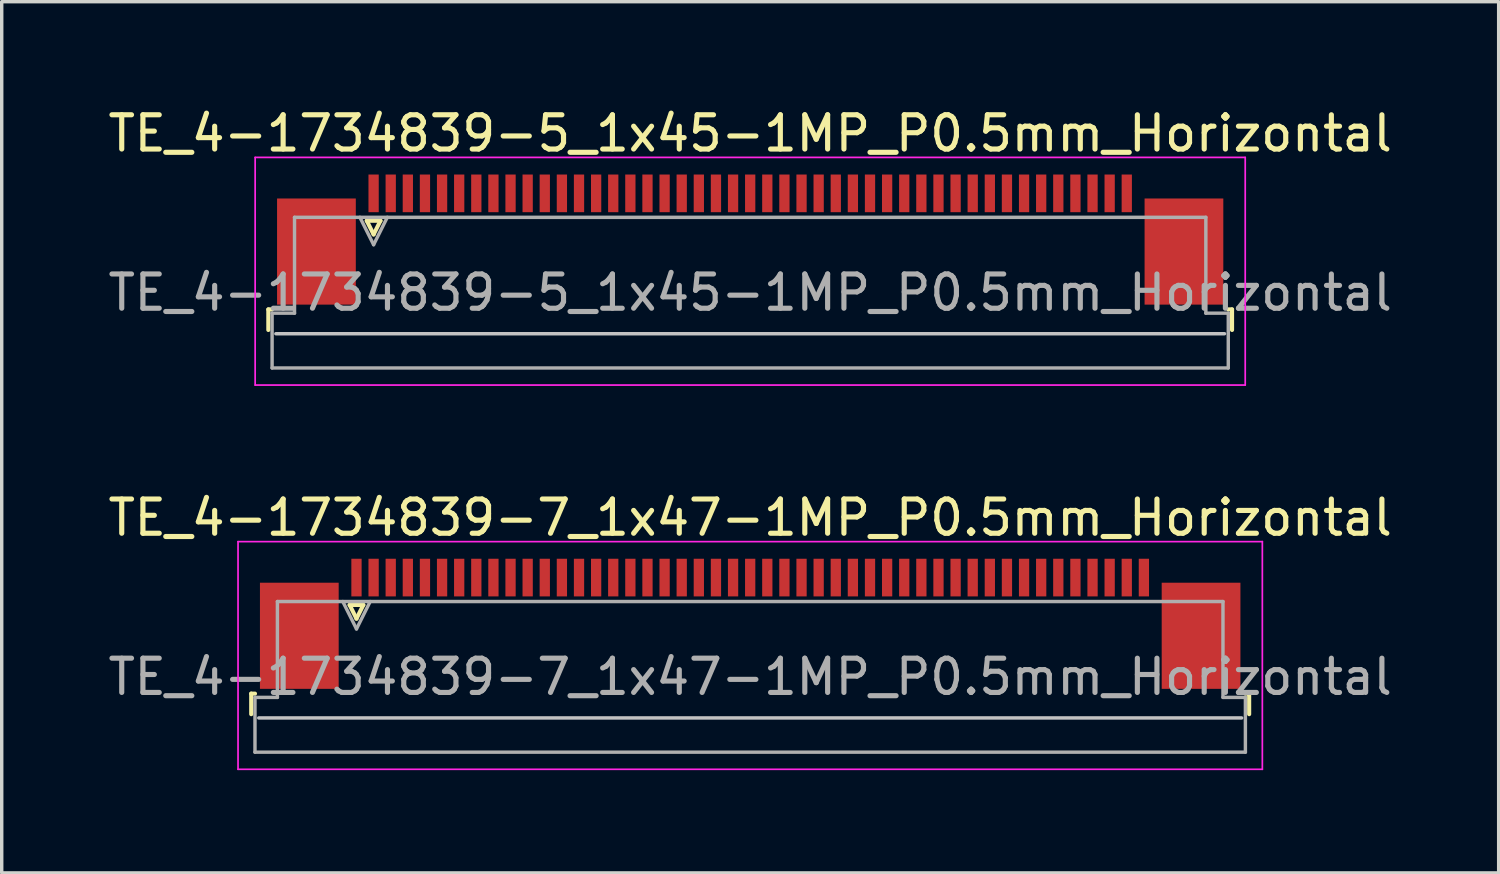
<source format=kicad_pcb>
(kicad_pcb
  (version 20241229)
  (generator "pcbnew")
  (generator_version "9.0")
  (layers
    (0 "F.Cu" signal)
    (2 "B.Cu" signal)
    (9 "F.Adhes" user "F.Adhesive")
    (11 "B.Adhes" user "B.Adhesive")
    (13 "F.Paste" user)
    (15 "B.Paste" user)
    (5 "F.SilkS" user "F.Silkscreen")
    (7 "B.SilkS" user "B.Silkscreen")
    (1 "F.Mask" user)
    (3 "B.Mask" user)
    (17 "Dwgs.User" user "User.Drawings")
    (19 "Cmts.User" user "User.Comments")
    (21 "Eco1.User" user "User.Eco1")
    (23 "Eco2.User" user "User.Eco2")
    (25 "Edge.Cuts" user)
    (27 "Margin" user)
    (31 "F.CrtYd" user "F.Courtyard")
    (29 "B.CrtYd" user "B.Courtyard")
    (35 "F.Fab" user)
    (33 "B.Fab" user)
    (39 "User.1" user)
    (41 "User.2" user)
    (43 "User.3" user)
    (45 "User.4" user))
  (footprint "TE_4-1734839-7_1x47-1MP_P0.5mm_Horizontal"
    (layer "F.Cu")
    (at 18.863 15.171)
    (property "Reference" "TE_4-1734839-7_1x47-1MP_P0.5mm_Horizontal" (at 0 -3.1 0) (layer "F.SilkS") (effects (font (size 1 1) (thickness 0.15))))
    (attr smd)
    (fp_line (start -14.575 2.04) (end -14.575 2.64) (stroke (width 0.12) (type solid)) (layer "F.SilkS"))
    (fp_line (start -14.465 2.04) (end -14.575 2.04) (stroke (width 0.12) (type solid)) (layer "F.SilkS"))
    (fp_line (start -11.7 -0.55) (end -11.5 -0.15) (stroke (width 0.12) (type solid)) (layer "F.SilkS"))
    (fp_line (start -11.5 -0.15) (end -11.3 -0.55) (stroke (width 0.12) (type solid)) (layer "F.SilkS"))
    (fp_line (start -11.3 -0.55) (end -11.7 -0.55) (stroke (width 0.12) (type solid)) (layer "F.SilkS"))
    (fp_line (start 14.465 2.04) (end 14.575 2.04) (stroke (width 0.12) (type solid)) (layer "F.SilkS"))
    (fp_line (start 14.575 2.04) (end 14.575 2.64) (stroke (width 0.12) (type solid)) (layer "F.SilkS"))
    (fp_line (start 14.355 2.75) (end -14.355 2.75) (stroke (width 0.1) (type solid)) (layer "Dwgs.User"))
    (fp_line (start -14.96 -2.4) (end -14.96 4.25) (stroke (width 0.05) (type solid)) (layer "F.CrtYd"))
    (fp_line (start -14.96 4.25) (end 14.96 4.25) (stroke (width 0.05) (type solid)) (layer "F.CrtYd"))
    (fp_line (start 14.96 -2.4) (end -14.96 -2.4) (stroke (width 0.05) (type solid)) (layer "F.CrtYd"))
    (fp_line (start 14.96 4.25) (end 14.96 -2.4) (stroke (width 0.05) (type solid)) (layer "F.CrtYd"))
    (fp_line (start -14.465 2.15) (end -13.81 2.15) (stroke (width 0.1) (type solid)) (layer "F.Fab"))
    (fp_line (start -14.465 3.75) (end -14.465 2.15) (stroke (width 0.1) (type solid)) (layer "F.Fab"))
    (fp_line (start -13.81 -0.65) (end 13.81 -0.65) (stroke (width 0.1) (type solid)) (layer "F.Fab"))
    (fp_line (start -13.81 2.15) (end -13.81 -0.65) (stroke (width 0.1) (type solid)) (layer "F.Fab"))
    (fp_line (start -11.9 -0.65) (end -11.5 0.15) (stroke (width 0.1) (type solid)) (layer "F.Fab"))
    (fp_line (start -11.5 0.15) (end -11.1 -0.65) (stroke (width 0.1) (type solid)) (layer "F.Fab"))
    (fp_line (start 13.81 -0.65) (end 13.81 2.15) (stroke (width 0.1) (type solid)) (layer "F.Fab"))
    (fp_line (start 13.81 2.15) (end 14.465 2.15) (stroke (width 0.1) (type solid)) (layer "F.Fab"))
    (fp_line (start 14.465 2.15) (end 14.465 3.75) (stroke (width 0.1) (type solid)) (layer "F.Fab"))
    (fp_line (start 14.465 3.75) (end -14.465 3.75) (stroke (width 0.1) (type solid)) (layer "F.Fab"))
    (fp_text user "${REFERENCE}" (at 0 1.55 0) (layer "F.Fab") (effects (font (size 1 1) (thickness 0.15))))
    (pad "1" smd rect (at -11.5 -1.35) (size 0.3 1.1) (layers "F.Cu" "F.Mask" "F.Paste"))
    (pad "2" smd rect (at -11 -1.35) (size 0.3 1.1) (layers "F.Cu" "F.Mask" "F.Paste"))
    (pad "3" smd rect (at -10.5 -1.35) (size 0.3 1.1) (layers "F.Cu" "F.Mask" "F.Paste"))
    (pad "4" smd rect (at -10 -1.35) (size 0.3 1.1) (layers "F.Cu" "F.Mask" "F.Paste"))
    (pad "5" smd rect (at -9.5 -1.35) (size 0.3 1.1) (layers "F.Cu" "F.Mask" "F.Paste"))
    (pad "6" smd rect (at -9 -1.35) (size 0.3 1.1) (layers "F.Cu" "F.Mask" "F.Paste"))
    (pad "7" smd rect (at -8.5 -1.35) (size 0.3 1.1) (layers "F.Cu" "F.Mask" "F.Paste"))
    (pad "8" smd rect (at -8 -1.35) (size 0.3 1.1) (layers "F.Cu" "F.Mask" "F.Paste"))
    (pad "9" smd rect (at -7.5 -1.35) (size 0.3 1.1) (layers "F.Cu" "F.Mask" "F.Paste"))
    (pad "10" smd rect (at -7 -1.35) (size 0.3 1.1) (layers "F.Cu" "F.Mask" "F.Paste"))
    (pad "11" smd rect (at -6.5 -1.35) (size 0.3 1.1) (layers "F.Cu" "F.Mask" "F.Paste"))
    (pad "12" smd rect (at -6 -1.35) (size 0.3 1.1) (layers "F.Cu" "F.Mask" "F.Paste"))
    (pad "13" smd rect (at -5.5 -1.35) (size 0.3 1.1) (layers "F.Cu" "F.Mask" "F.Paste"))
    (pad "14" smd rect (at -5 -1.35) (size 0.3 1.1) (layers "F.Cu" "F.Mask" "F.Paste"))
    (pad "15" smd rect (at -4.5 -1.35) (size 0.3 1.1) (layers "F.Cu" "F.Mask" "F.Paste"))
    (pad "16" smd rect (at -4 -1.35) (size 0.3 1.1) (layers "F.Cu" "F.Mask" "F.Paste"))
    (pad "17" smd rect (at -3.5 -1.35) (size 0.3 1.1) (layers "F.Cu" "F.Mask" "F.Paste"))
    (pad "18" smd rect (at -3 -1.35) (size 0.3 1.1) (layers "F.Cu" "F.Mask" "F.Paste"))
    (pad "19" smd rect (at -2.5 -1.35) (size 0.3 1.1) (layers "F.Cu" "F.Mask" "F.Paste"))
    (pad "20" smd rect (at -2 -1.35) (size 0.3 1.1) (layers "F.Cu" "F.Mask" "F.Paste"))
    (pad "21" smd rect (at -1.5 -1.35) (size 0.3 1.1) (layers "F.Cu" "F.Mask" "F.Paste"))
    (pad "22" smd rect (at -1 -1.35) (size 0.3 1.1) (layers "F.Cu" "F.Mask" "F.Paste"))
    (pad "23" smd rect (at -0.5 -1.35) (size 0.3 1.1) (layers "F.Cu" "F.Mask" "F.Paste"))
    (pad "24" smd rect (at 0 -1.35) (size 0.3 1.1) (layers "F.Cu" "F.Mask" "F.Paste"))
    (pad "25" smd rect (at 0.5 -1.35) (size 0.3 1.1) (layers "F.Cu" "F.Mask" "F.Paste"))
    (pad "26" smd rect (at 1 -1.35) (size 0.3 1.1) (layers "F.Cu" "F.Mask" "F.Paste"))
    (pad "27" smd rect (at 1.5 -1.35) (size 0.3 1.1) (layers "F.Cu" "F.Mask" "F.Paste"))
    (pad "28" smd rect (at 2 -1.35) (size 0.3 1.1) (layers "F.Cu" "F.Mask" "F.Paste"))
    (pad "29" smd rect (at 2.5 -1.35) (size 0.3 1.1) (layers "F.Cu" "F.Mask" "F.Paste"))
    (pad "30" smd rect (at 3 -1.35) (size 0.3 1.1) (layers "F.Cu" "F.Mask" "F.Paste"))
    (pad "31" smd rect (at 3.5 -1.35) (size 0.3 1.1) (layers "F.Cu" "F.Mask" "F.Paste"))
    (pad "32" smd rect (at 4 -1.35) (size 0.3 1.1) (layers "F.Cu" "F.Mask" "F.Paste"))
    (pad "33" smd rect (at 4.5 -1.35) (size 0.3 1.1) (layers "F.Cu" "F.Mask" "F.Paste"))
    (pad "34" smd rect (at 5 -1.35) (size 0.3 1.1) (layers "F.Cu" "F.Mask" "F.Paste"))
    (pad "35" smd rect (at 5.5 -1.35) (size 0.3 1.1) (layers "F.Cu" "F.Mask" "F.Paste"))
    (pad "36" smd rect (at 6 -1.35) (size 0.3 1.1) (layers "F.Cu" "F.Mask" "F.Paste"))
    (pad "37" smd rect (at 6.5 -1.35) (size 0.3 1.1) (layers "F.Cu" "F.Mask" "F.Paste"))
    (pad "38" smd rect (at 7 -1.35) (size 0.3 1.1) (layers "F.Cu" "F.Mask" "F.Paste"))
    (pad "39" smd rect (at 7.5 -1.35) (size 0.3 1.1) (layers "F.Cu" "F.Mask" "F.Paste"))
    (pad "40" smd rect (at 8 -1.35) (size 0.3 1.1) (layers "F.Cu" "F.Mask" "F.Paste"))
    (pad "41" smd rect (at 8.5 -1.35) (size 0.3 1.1) (layers "F.Cu" "F.Mask" "F.Paste"))
    (pad "42" smd rect (at 9 -1.35) (size 0.3 1.1) (layers "F.Cu" "F.Mask" "F.Paste"))
    (pad "43" smd rect (at 9.5 -1.35) (size 0.3 1.1) (layers "F.Cu" "F.Mask" "F.Paste"))
    (pad "44" smd rect (at 10 -1.35) (size 0.3 1.1) (layers "F.Cu" "F.Mask" "F.Paste"))
    (pad "45" smd rect (at 10.5 -1.35) (size 0.3 1.1) (layers "F.Cu" "F.Mask" "F.Paste"))
    (pad "46" smd rect (at 11 -1.35) (size 0.3 1.1) (layers "F.Cu" "F.Mask" "F.Paste"))
    (pad "47" smd rect (at 11.5 -1.35) (size 0.3 1.1) (layers "F.Cu" "F.Mask" "F.Paste"))
    (pad "MP" smd rect (at -13.17 0.35) (size 2.3 3.1) (layers "F.Cu" "F.Mask" "F.Paste"))
    (pad "MP" smd rect (at 13.17 0.35) (size 2.3 3.1) (layers "F.Cu" "F.Mask" "F.Paste")))
  (footprint "TE_4-1734839-5_1x45-1MP_P0.5mm_Horizontal"
    (layer "F.Cu")
    (at 18.863 3.948)
    (property "Reference" "TE_4-1734839-5_1x45-1MP_P0.5mm_Horizontal" (at 0 -3.1 0) (layer "F.SilkS") (effects (font (size 1 1) (thickness 0.15))))
    (attr smd)
    (fp_line (start -14.075 2.04) (end -14.075 2.64) (stroke (width 0.12) (type solid)) (layer "F.SilkS"))
    (fp_line (start -13.965 2.04) (end -14.075 2.04) (stroke (width 0.12) (type solid)) (layer "F.SilkS"))
    (fp_line (start -11.2 -0.55) (end -11 -0.15) (stroke (width 0.12) (type solid)) (layer "F.SilkS"))
    (fp_line (start -11 -0.15) (end -10.8 -0.55) (stroke (width 0.12) (type solid)) (layer "F.SilkS"))
    (fp_line (start -10.8 -0.55) (end -11.2 -0.55) (stroke (width 0.12) (type solid)) (layer "F.SilkS"))
    (fp_line (start 13.965 2.04) (end 14.075 2.04) (stroke (width 0.12) (type solid)) (layer "F.SilkS"))
    (fp_line (start 14.075 2.04) (end 14.075 2.64) (stroke (width 0.12) (type solid)) (layer "F.SilkS"))
    (fp_line (start 13.855 2.75) (end -13.855 2.75) (stroke (width 0.1) (type solid)) (layer "Dwgs.User"))
    (fp_line (start -14.46 -2.4) (end -14.46 4.25) (stroke (width 0.05) (type solid)) (layer "F.CrtYd"))
    (fp_line (start -14.46 4.25) (end 14.46 4.25) (stroke (width 0.05) (type solid)) (layer "F.CrtYd"))
    (fp_line (start 14.46 -2.4) (end -14.46 -2.4) (stroke (width 0.05) (type solid)) (layer "F.CrtYd"))
    (fp_line (start 14.46 4.25) (end 14.46 -2.4) (stroke (width 0.05) (type solid)) (layer "F.CrtYd"))
    (fp_line (start -13.965 2.15) (end -13.31 2.15) (stroke (width 0.1) (type solid)) (layer "F.Fab"))
    (fp_line (start -13.965 3.75) (end -13.965 2.15) (stroke (width 0.1) (type solid)) (layer "F.Fab"))
    (fp_line (start -13.31 -0.65) (end 13.31 -0.65) (stroke (width 0.1) (type solid)) (layer "F.Fab"))
    (fp_line (start -13.31 2.15) (end -13.31 -0.65) (stroke (width 0.1) (type solid)) (layer "F.Fab"))
    (fp_line (start -11.4 -0.65) (end -11 0.15) (stroke (width 0.1) (type solid)) (layer "F.Fab"))
    (fp_line (start -11 0.15) (end -10.6 -0.65) (stroke (width 0.1) (type solid)) (layer "F.Fab"))
    (fp_line (start 13.31 -0.65) (end 13.31 2.15) (stroke (width 0.1) (type solid)) (layer "F.Fab"))
    (fp_line (start 13.31 2.15) (end 13.965 2.15) (stroke (width 0.1) (type solid)) (layer "F.Fab"))
    (fp_line (start 13.965 2.15) (end 13.965 3.75) (stroke (width 0.1) (type solid)) (layer "F.Fab"))
    (fp_line (start 13.965 3.75) (end -13.965 3.75) (stroke (width 0.1) (type solid)) (layer "F.Fab"))
    (fp_text user "${REFERENCE}" (at 0 1.55 0) (layer "F.Fab") (effects (font (size 1 1) (thickness 0.15))))
    (pad "1" smd rect (at -11 -1.35) (size 0.3 1.1) (layers "F.Cu" "F.Mask" "F.Paste"))
    (pad "2" smd rect (at -10.5 -1.35) (size 0.3 1.1) (layers "F.Cu" "F.Mask" "F.Paste"))
    (pad "3" smd rect (at -10 -1.35) (size 0.3 1.1) (layers "F.Cu" "F.Mask" "F.Paste"))
    (pad "4" smd rect (at -9.5 -1.35) (size 0.3 1.1) (layers "F.Cu" "F.Mask" "F.Paste"))
    (pad "5" smd rect (at -9 -1.35) (size 0.3 1.1) (layers "F.Cu" "F.Mask" "F.Paste"))
    (pad "6" smd rect (at -8.5 -1.35) (size 0.3 1.1) (layers "F.Cu" "F.Mask" "F.Paste"))
    (pad "7" smd rect (at -8 -1.35) (size 0.3 1.1) (layers "F.Cu" "F.Mask" "F.Paste"))
    (pad "8" smd rect (at -7.5 -1.35) (size 0.3 1.1) (layers "F.Cu" "F.Mask" "F.Paste"))
    (pad "9" smd rect (at -7 -1.35) (size 0.3 1.1) (layers "F.Cu" "F.Mask" "F.Paste"))
    (pad "10" smd rect (at -6.5 -1.35) (size 0.3 1.1) (layers "F.Cu" "F.Mask" "F.Paste"))
    (pad "11" smd rect (at -6 -1.35) (size 0.3 1.1) (layers "F.Cu" "F.Mask" "F.Paste"))
    (pad "12" smd rect (at -5.5 -1.35) (size 0.3 1.1) (layers "F.Cu" "F.Mask" "F.Paste"))
    (pad "13" smd rect (at -5 -1.35) (size 0.3 1.1) (layers "F.Cu" "F.Mask" "F.Paste"))
    (pad "14" smd rect (at -4.5 -1.35) (size 0.3 1.1) (layers "F.Cu" "F.Mask" "F.Paste"))
    (pad "15" smd rect (at -4 -1.35) (size 0.3 1.1) (layers "F.Cu" "F.Mask" "F.Paste"))
    (pad "16" smd rect (at -3.5 -1.35) (size 0.3 1.1) (layers "F.Cu" "F.Mask" "F.Paste"))
    (pad "17" smd rect (at -3 -1.35) (size 0.3 1.1) (layers "F.Cu" "F.Mask" "F.Paste"))
    (pad "18" smd rect (at -2.5 -1.35) (size 0.3 1.1) (layers "F.Cu" "F.Mask" "F.Paste"))
    (pad "19" smd rect (at -2 -1.35) (size 0.3 1.1) (layers "F.Cu" "F.Mask" "F.Paste"))
    (pad "20" smd rect (at -1.5 -1.35) (size 0.3 1.1) (layers "F.Cu" "F.Mask" "F.Paste"))
    (pad "21" smd rect (at -1 -1.35) (size 0.3 1.1) (layers "F.Cu" "F.Mask" "F.Paste"))
    (pad "22" smd rect (at -0.5 -1.35) (size 0.3 1.1) (layers "F.Cu" "F.Mask" "F.Paste"))
    (pad "23" smd rect (at 0 -1.35) (size 0.3 1.1) (layers "F.Cu" "F.Mask" "F.Paste"))
    (pad "24" smd rect (at 0.5 -1.35) (size 0.3 1.1) (layers "F.Cu" "F.Mask" "F.Paste"))
    (pad "25" smd rect (at 1 -1.35) (size 0.3 1.1) (layers "F.Cu" "F.Mask" "F.Paste"))
    (pad "26" smd rect (at 1.5 -1.35) (size 0.3 1.1) (layers "F.Cu" "F.Mask" "F.Paste"))
    (pad "27" smd rect (at 2 -1.35) (size 0.3 1.1) (layers "F.Cu" "F.Mask" "F.Paste"))
    (pad "28" smd rect (at 2.5 -1.35) (size 0.3 1.1) (layers "F.Cu" "F.Mask" "F.Paste"))
    (pad "29" smd rect (at 3 -1.35) (size 0.3 1.1) (layers "F.Cu" "F.Mask" "F.Paste"))
    (pad "30" smd rect (at 3.5 -1.35) (size 0.3 1.1) (layers "F.Cu" "F.Mask" "F.Paste"))
    (pad "31" smd rect (at 4 -1.35) (size 0.3 1.1) (layers "F.Cu" "F.Mask" "F.Paste"))
    (pad "32" smd rect (at 4.5 -1.35) (size 0.3 1.1) (layers "F.Cu" "F.Mask" "F.Paste"))
    (pad "33" smd rect (at 5 -1.35) (size 0.3 1.1) (layers "F.Cu" "F.Mask" "F.Paste"))
    (pad "34" smd rect (at 5.5 -1.35) (size 0.3 1.1) (layers "F.Cu" "F.Mask" "F.Paste"))
    (pad "35" smd rect (at 6 -1.35) (size 0.3 1.1) (layers "F.Cu" "F.Mask" "F.Paste"))
    (pad "36" smd rect (at 6.5 -1.35) (size 0.3 1.1) (layers "F.Cu" "F.Mask" "F.Paste"))
    (pad "37" smd rect (at 7 -1.35) (size 0.3 1.1) (layers "F.Cu" "F.Mask" "F.Paste"))
    (pad "38" smd rect (at 7.5 -1.35) (size 0.3 1.1) (layers "F.Cu" "F.Mask" "F.Paste"))
    (pad "39" smd rect (at 8 -1.35) (size 0.3 1.1) (layers "F.Cu" "F.Mask" "F.Paste"))
    (pad "40" smd rect (at 8.5 -1.35) (size 0.3 1.1) (layers "F.Cu" "F.Mask" "F.Paste"))
    (pad "41" smd rect (at 9 -1.35) (size 0.3 1.1) (layers "F.Cu" "F.Mask" "F.Paste"))
    (pad "42" smd rect (at 9.5 -1.35) (size 0.3 1.1) (layers "F.Cu" "F.Mask" "F.Paste"))
    (pad "43" smd rect (at 10 -1.35) (size 0.3 1.1) (layers "F.Cu" "F.Mask" "F.Paste"))
    (pad "44" smd rect (at 10.5 -1.35) (size 0.3 1.1) (layers "F.Cu" "F.Mask" "F.Paste"))
    (pad "45" smd rect (at 11 -1.35) (size 0.3 1.1) (layers "F.Cu" "F.Mask" "F.Paste"))
    (pad "MP" smd rect (at -12.67 0.35) (size 2.3 3.1) (layers "F.Cu" "F.Mask" "F.Paste"))
    (pad "MP" smd rect (at 12.67 0.35) (size 2.3 3.1) (layers "F.Cu" "F.Mask" "F.Paste")))
  (gr_rect
    (start -3 -3)
    (end 40.726 22.447)
    (stroke (width 0.1) (type default))
    (fill no)
    (layer "Edge.Cuts")))
</source>
